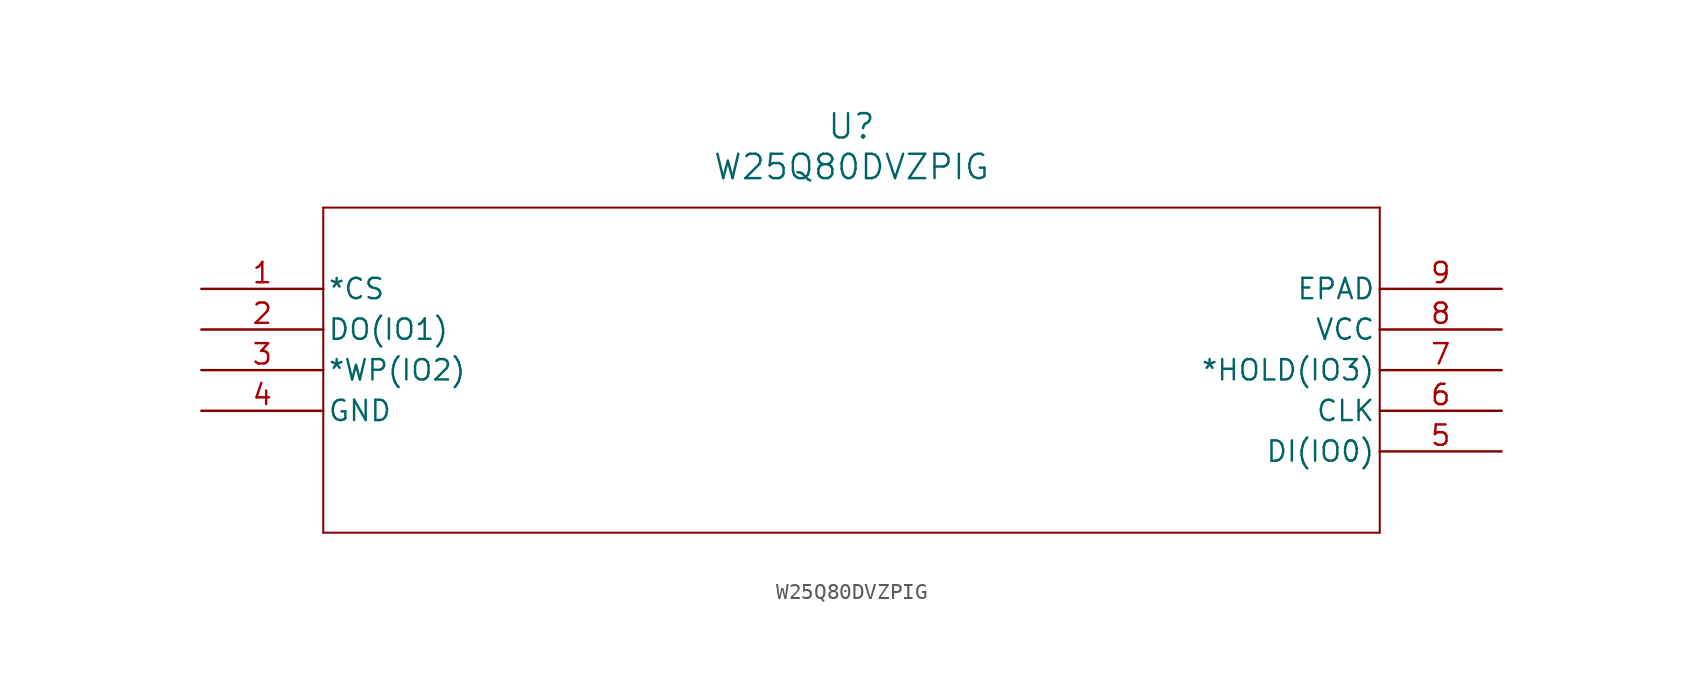
<source format=kicad_sym>
(kicad_symbol_lib
  (version 20211014)
  (generator kicad_symbol_editor)
  (symbol "W25Q80DVZPIG"
    (pin_names
      (offset 0.254))
    (property "Reference" "U"
      (at 40.64 10.16 0)
      (effects (font (size 1.524 1.524))))
    (property "Value" "W25Q80DVZPIG"
      (at 40.64 7.62 0)
      (effects (font (size 1.524 1.524))))
    (symbol "W25Q80DVZPIG_0_1"
      (polyline (pts (xy 7.62 5.08) (xy 7.62 -15.24)) (stroke (width 0.127) (type default) (color 0 0 0 0)) (fill (type none)))
      (polyline (pts (xy 7.62 -15.24) (xy 73.66 -15.24)) (stroke (width 0.127) (type default) (color 0 0 0 0)) (fill (type none)))
      (polyline (pts (xy 73.66 -15.24) (xy 73.66 5.08)) (stroke (width 0.127) (type default) (color 0 0 0 0)) (fill (type none)))
      (polyline (pts (xy 73.66 5.08) (xy 7.62 5.08)) (stroke (width 0.127) (type default) (color 0 0 0 0)) (fill (type none)))
      (pin input line (at 0 0 0) (length 7.62) (name "*CS" (effects (font (size 1.27 1.27)))) (number "1" (effects (font (size 1.27 1.27)))))
      (pin bidirectional line (at 0 -2.54 0) (length 7.62) (name "DO(IO1)" (effects (font (size 1.27 1.27)))) (number "2" (effects (font (size 1.27 1.27)))))
      (pin bidirectional line (at 0 -5.08 0) (length 7.62) (name "*WP(IO2)" (effects (font (size 1.27 1.27)))) (number "3" (effects (font (size 1.27 1.27)))))
      (pin power_in line (at 0 -7.62 0) (length 7.62) (name "GND" (effects (font (size 1.27 1.27)))) (number "4" (effects (font (size 1.27 1.27)))))
      (pin bidirectional line (at 81.28 -10.16 180) (length 7.62) (name "DI(IO0)" (effects (font (size 1.27 1.27)))) (number "5" (effects (font (size 1.27 1.27)))))
      (pin input line (at 81.28 -7.62 180) (length 7.62) (name "CLK" (effects (font (size 1.27 1.27)))) (number "6" (effects (font (size 1.27 1.27)))))
      (pin bidirectional line (at 81.28 -5.08 180) (length 7.62) (name "*HOLD(IO3)" (effects (font (size 1.27 1.27)))) (number "7" (effects (font (size 1.27 1.27)))))
      (pin power_in line (at 81.28 -2.54 180) (length 7.62) (name "VCC" (effects (font (size 1.27 1.27)))) (number "8" (effects (font (size 1.27 1.27)))))
      (pin unspecified line (at 81.28 0 180) (length 7.62) (name "EPAD" (effects (font (size 1.27 1.27)))) (number "9" (effects (font (size 1.27 1.27))))))))
</source>
